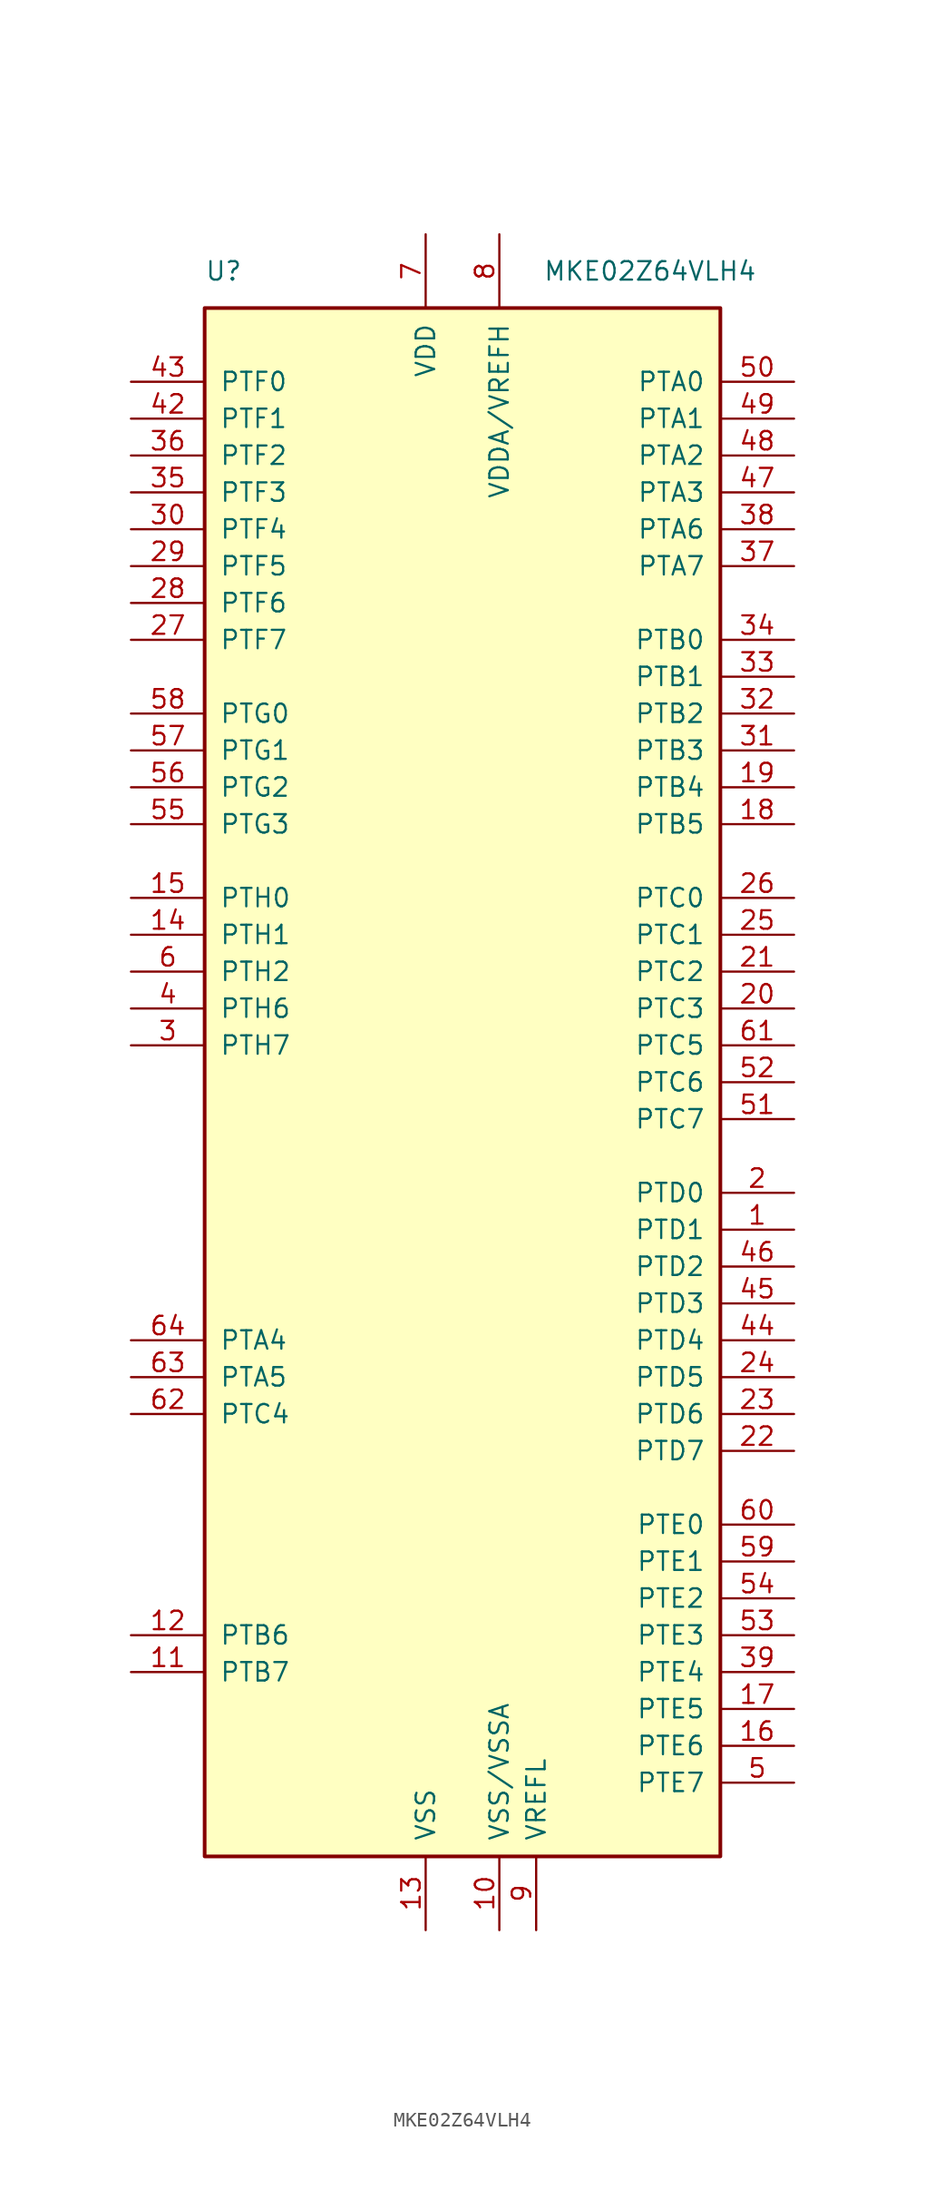
<source format=kicad_sym>
(kicad_symbol_lib
  (version 20241209)
  (generator "kicad_symbol_editor")
  (generator_version "9.0")
  (symbol "MKE02Z64VLH4"
    (pin_names
      (offset 1.016))
    (property "Reference" "U"
      (at -17.78 55.88 0)
      (effects (font (size 1.27 1.27)) (justify left)))
    (property "Value" "MKE02Z64VLH4"
      (at 20.32 55.88 0)
      (effects (font (size 1.27 1.27)) (justify right)))
    (symbol "MKE02Z64VLH4_0_1"
      (rectangle (start -17.78 53.34) (end 17.78 -53.34) (stroke (width 0.254) (type default)) (fill (type background))))
    (symbol "MKE02Z64VLH4_1_1"
      (pin bidirectional line (at -22.86 48.26 0) (length 5.08) (name "PTF0" (effects (font (size 1.27 1.27)))) (number "43" (effects (font (size 1.27 1.27)))))
      (pin bidirectional line (at -22.86 45.72 0) (length 5.08) (name "PTF1" (effects (font (size 1.27 1.27)))) (number "42" (effects (font (size 1.27 1.27)))))
      (pin bidirectional line (at -22.86 43.18 0) (length 5.08) (name "PTF2" (effects (font (size 1.27 1.27)))) (number "36" (effects (font (size 1.27 1.27)))))
      (pin bidirectional line (at -22.86 40.64 0) (length 5.08) (name "PTF3" (effects (font (size 1.27 1.27)))) (number "35" (effects (font (size 1.27 1.27)))))
      (pin bidirectional line (at -22.86 38.1 0) (length 5.08) (name "PTF4" (effects (font (size 1.27 1.27)))) (number "30" (effects (font (size 1.27 1.27)))))
      (pin bidirectional line (at -22.86 35.56 0) (length 5.08) (name "PTF5" (effects (font (size 1.27 1.27)))) (number "29" (effects (font (size 1.27 1.27)))))
      (pin bidirectional line (at -22.86 33.02 0) (length 5.08) (name "PTF6" (effects (font (size 1.27 1.27)))) (number "28" (effects (font (size 1.27 1.27)))))
      (pin bidirectional line (at -22.86 30.48 0) (length 5.08) (name "PTF7" (effects (font (size 1.27 1.27)))) (number "27" (effects (font (size 1.27 1.27)))))
      (pin bidirectional line (at -22.86 25.4 0) (length 5.08) (name "PTG0" (effects (font (size 1.27 1.27)))) (number "58" (effects (font (size 1.27 1.27)))))
      (pin bidirectional line (at -22.86 22.86 0) (length 5.08) (name "PTG1" (effects (font (size 1.27 1.27)))) (number "57" (effects (font (size 1.27 1.27)))))
      (pin bidirectional line (at -22.86 20.32 0) (length 5.08) (name "PTG2" (effects (font (size 1.27 1.27)))) (number "56" (effects (font (size 1.27 1.27)))))
      (pin bidirectional line (at -22.86 17.78 0) (length 5.08) (name "PTG3" (effects (font (size 1.27 1.27)))) (number "55" (effects (font (size 1.27 1.27)))))
      (pin bidirectional line (at -22.86 12.7 0) (length 5.08) (name "PTH0" (effects (font (size 1.27 1.27)))) (number "15" (effects (font (size 1.27 1.27)))))
      (pin bidirectional line (at -22.86 10.16 0) (length 5.08) (name "PTH1" (effects (font (size 1.27 1.27)))) (number "14" (effects (font (size 1.27 1.27)))))
      (pin bidirectional line (at -22.86 7.62 0) (length 5.08) (name "PTH2" (effects (font (size 1.27 1.27)))) (number "6" (effects (font (size 1.27 1.27)))))
      (pin bidirectional line (at -22.86 5.08 0) (length 5.08) (name "PTH6" (effects (font (size 1.27 1.27)))) (number "4" (effects (font (size 1.27 1.27)))))
      (pin bidirectional line (at -22.86 2.54 0) (length 5.08) (name "PTH7" (effects (font (size 1.27 1.27)))) (number "3" (effects (font (size 1.27 1.27)))))
      (pin bidirectional line (at -22.86 -17.78 0) (length 5.08) (name "PTA4" (effects (font (size 1.27 1.27)))) (number "64" (effects (font (size 1.27 1.27)))))
      (pin bidirectional line (at -22.86 -20.32 0) (length 5.08) (name "PTA5" (effects (font (size 1.27 1.27)))) (number "63" (effects (font (size 1.27 1.27)))))
      (pin bidirectional line (at -22.86 -22.86 0) (length 5.08) (name "PTC4" (effects (font (size 1.27 1.27)))) (number "62" (effects (font (size 1.27 1.27)))))
      (pin bidirectional line (at -22.86 -38.1 0) (length 5.08) (name "PTB6" (effects (font (size 1.27 1.27)))) (number "12" (effects (font (size 1.27 1.27)))))
      (pin bidirectional line (at -22.86 -40.64 0) (length 5.08) (name "PTB7" (effects (font (size 1.27 1.27)))) (number "11" (effects (font (size 1.27 1.27)))))
      (pin passive line (at -2.54 58.42 270) (length 5.08) (hide yes) (name "VDD" (effects (font (size 1.27 1.27)))) (number "41" (effects (font (size 1.27 1.27)))))
      (pin power_in line (at -2.54 58.42 270) (length 5.08) (name "VDD" (effects (font (size 1.27 1.27)))) (number "7" (effects (font (size 1.27 1.27)))))
      (pin power_in line (at -2.54 -58.42 90) (length 5.08) (name "VSS" (effects (font (size 1.27 1.27)))) (number "13" (effects (font (size 1.27 1.27)))))
      (pin passive line (at -2.54 -58.42 90) (length 5.08) (hide yes) (name "VSS" (effects (font (size 1.27 1.27)))) (number "40" (effects (font (size 1.27 1.27)))))
      (pin power_in line (at 2.54 58.42 270) (length 5.08) (name "VDDA/VREFH" (effects (font (size 1.27 1.27)))) (number "8" (effects (font (size 1.27 1.27)))))
      (pin power_in line (at 2.54 -58.42 90) (length 5.08) (name "VSS/VSSA" (effects (font (size 1.27 1.27)))) (number "10" (effects (font (size 1.27 1.27)))))
      (pin power_in line (at 5.08 -58.42 90) (length 5.08) (name "VREFL" (effects (font (size 1.27 1.27)))) (number "9" (effects (font (size 1.27 1.27)))))
      (pin bidirectional line (at 22.86 48.26 180) (length 5.08) (name "PTA0" (effects (font (size 1.27 1.27)))) (number "50" (effects (font (size 1.27 1.27)))))
      (pin bidirectional line (at 22.86 45.72 180) (length 5.08) (name "PTA1" (effects (font (size 1.27 1.27)))) (number "49" (effects (font (size 1.27 1.27)))))
      (pin bidirectional line (at 22.86 43.18 180) (length 5.08) (name "PTA2" (effects (font (size 1.27 1.27)))) (number "48" (effects (font (size 1.27 1.27)))))
      (pin bidirectional line (at 22.86 40.64 180) (length 5.08) (name "PTA3" (effects (font (size 1.27 1.27)))) (number "47" (effects (font (size 1.27 1.27)))))
      (pin bidirectional line (at 22.86 38.1 180) (length 5.08) (name "PTA6" (effects (font (size 1.27 1.27)))) (number "38" (effects (font (size 1.27 1.27)))))
      (pin bidirectional line (at 22.86 35.56 180) (length 5.08) (name "PTA7" (effects (font (size 1.27 1.27)))) (number "37" (effects (font (size 1.27 1.27)))))
      (pin bidirectional line (at 22.86 30.48 180) (length 5.08) (name "PTB0" (effects (font (size 1.27 1.27)))) (number "34" (effects (font (size 1.27 1.27)))))
      (pin bidirectional line (at 22.86 27.94 180) (length 5.08) (name "PTB1" (effects (font (size 1.27 1.27)))) (number "33" (effects (font (size 1.27 1.27)))))
      (pin bidirectional line (at 22.86 25.4 180) (length 5.08) (name "PTB2" (effects (font (size 1.27 1.27)))) (number "32" (effects (font (size 1.27 1.27)))))
      (pin bidirectional line (at 22.86 22.86 180) (length 5.08) (name "PTB3" (effects (font (size 1.27 1.27)))) (number "31" (effects (font (size 1.27 1.27)))))
      (pin bidirectional line (at 22.86 20.32 180) (length 5.08) (name "PTB4" (effects (font (size 1.27 1.27)))) (number "19" (effects (font (size 1.27 1.27)))))
      (pin bidirectional line (at 22.86 17.78 180) (length 5.08) (name "PTB5" (effects (font (size 1.27 1.27)))) (number "18" (effects (font (size 1.27 1.27)))))
      (pin bidirectional line (at 22.86 12.7 180) (length 5.08) (name "PTC0" (effects (font (size 1.27 1.27)))) (number "26" (effects (font (size 1.27 1.27)))))
      (pin bidirectional line (at 22.86 10.16 180) (length 5.08) (name "PTC1" (effects (font (size 1.27 1.27)))) (number "25" (effects (font (size 1.27 1.27)))))
      (pin bidirectional line (at 22.86 7.62 180) (length 5.08) (name "PTC2" (effects (font (size 1.27 1.27)))) (number "21" (effects (font (size 1.27 1.27)))))
      (pin bidirectional line (at 22.86 5.08 180) (length 5.08) (name "PTC3" (effects (font (size 1.27 1.27)))) (number "20" (effects (font (size 1.27 1.27)))))
      (pin bidirectional line (at 22.86 2.54 180) (length 5.08) (name "PTC5" (effects (font (size 1.27 1.27)))) (number "61" (effects (font (size 1.27 1.27)))))
      (pin bidirectional line (at 22.86 0 180) (length 5.08) (name "PTC6" (effects (font (size 1.27 1.27)))) (number "52" (effects (font (size 1.27 1.27)))))
      (pin bidirectional line (at 22.86 -2.54 180) (length 5.08) (name "PTC7" (effects (font (size 1.27 1.27)))) (number "51" (effects (font (size 1.27 1.27)))))
      (pin bidirectional line (at 22.86 -7.62 180) (length 5.08) (name "PTD0" (effects (font (size 1.27 1.27)))) (number "2" (effects (font (size 1.27 1.27)))))
      (pin bidirectional line (at 22.86 -10.16 180) (length 5.08) (name "PTD1" (effects (font (size 1.27 1.27)))) (number "1" (effects (font (size 1.27 1.27)))))
      (pin bidirectional line (at 22.86 -12.7 180) (length 5.08) (name "PTD2" (effects (font (size 1.27 1.27)))) (number "46" (effects (font (size 1.27 1.27)))))
      (pin bidirectional line (at 22.86 -15.24 180) (length 5.08) (name "PTD3" (effects (font (size 1.27 1.27)))) (number "45" (effects (font (size 1.27 1.27)))))
      (pin bidirectional line (at 22.86 -17.78 180) (length 5.08) (name "PTD4" (effects (font (size 1.27 1.27)))) (number "44" (effects (font (size 1.27 1.27)))))
      (pin bidirectional line (at 22.86 -20.32 180) (length 5.08) (name "PTD5" (effects (font (size 1.27 1.27)))) (number "24" (effects (font (size 1.27 1.27)))))
      (pin bidirectional line (at 22.86 -22.86 180) (length 5.08) (name "PTD6" (effects (font (size 1.27 1.27)))) (number "23" (effects (font (size 1.27 1.27)))))
      (pin bidirectional line (at 22.86 -25.4 180) (length 5.08) (name "PTD7" (effects (font (size 1.27 1.27)))) (number "22" (effects (font (size 1.27 1.27)))))
      (pin bidirectional line (at 22.86 -30.48 180) (length 5.08) (name "PTE0" (effects (font (size 1.27 1.27)))) (number "60" (effects (font (size 1.27 1.27)))))
      (pin bidirectional line (at 22.86 -33.02 180) (length 5.08) (name "PTE1" (effects (font (size 1.27 1.27)))) (number "59" (effects (font (size 1.27 1.27)))))
      (pin bidirectional line (at 22.86 -35.56 180) (length 5.08) (name "PTE2" (effects (font (size 1.27 1.27)))) (number "54" (effects (font (size 1.27 1.27)))))
      (pin bidirectional line (at 22.86 -38.1 180) (length 5.08) (name "PTE3" (effects (font (size 1.27 1.27)))) (number "53" (effects (font (size 1.27 1.27)))))
      (pin bidirectional line (at 22.86 -40.64 180) (length 5.08) (name "PTE4" (effects (font (size 1.27 1.27)))) (number "39" (effects (font (size 1.27 1.27)))))
      (pin bidirectional line (at 22.86 -43.18 180) (length 5.08) (name "PTE5" (effects (font (size 1.27 1.27)))) (number "17" (effects (font (size 1.27 1.27)))))
      (pin bidirectional line (at 22.86 -45.72 180) (length 5.08) (name "PTE6" (effects (font (size 1.27 1.27)))) (number "16" (effects (font (size 1.27 1.27)))))
      (pin bidirectional line (at 22.86 -48.26 180) (length 5.08) (name "PTE7" (effects (font (size 1.27 1.27)))) (number "5" (effects (font (size 1.27 1.27))))))))
</source>
